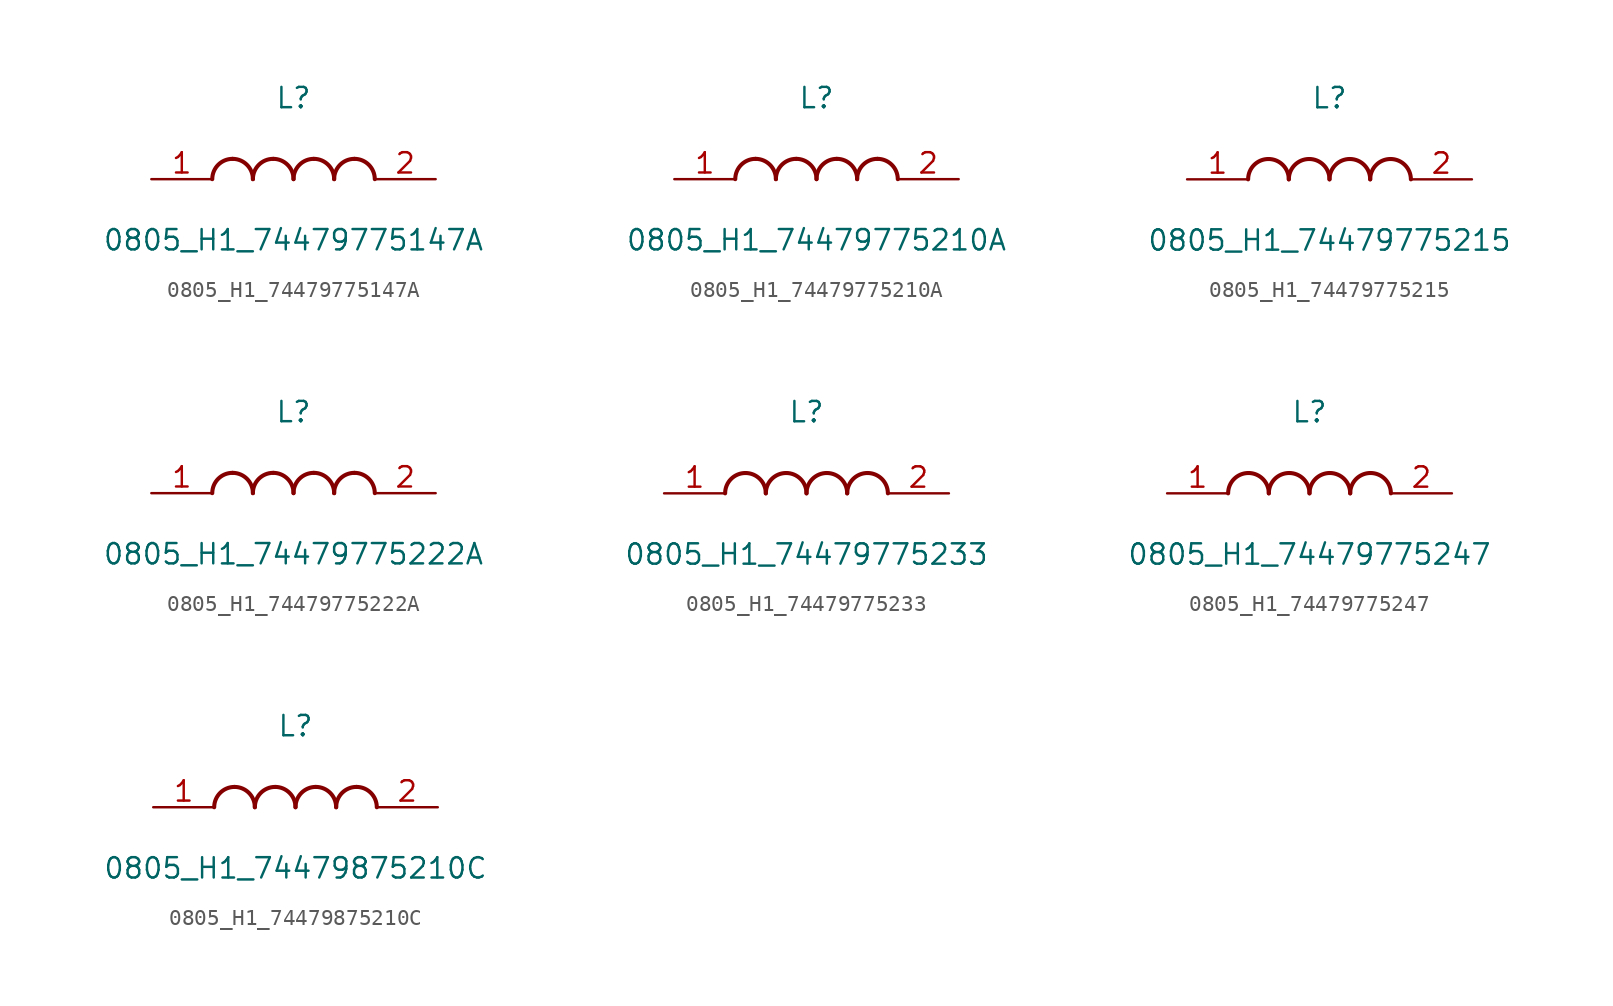
<source format=kicad_sym>
(kicad_symbol_lib
  (version 20211014)
  (generator kicad_symbol_editor)
  (symbol "Inductor_Wurth_WE-PMI:0805_H1_74479775147A"
    (pin_names hide)
    (property "Reference" "L"
      (at 0 5.08 0)
      (effects (font (size 1.27 1.27))))
    (property "Value" "0805_H1_74479775147A"
      (at 0 -3.81 0)
      (effects (font (size 1.27 1.27))))
    (symbol "0805_H1_74479775147A_0_1"
      (arc (start -3.81 1.27) (mid -4.708 0.898) (end -5.08 0) (stroke (width 0.254) (type default) (color 0 0 0 0)) (fill (type none)))
      (arc (start -2.54 0) (mid -2.912 0.898) (end -3.81 1.27) (stroke (width 0.254) (type default) (color 0 0 0 0)) (fill (type none)))
      (arc (start -1.2699 1.2701) (mid -2.1679 0.8981) (end -2.5399 0.0001) (stroke (width 0.254) (type default) (color 0 0 0 0)) (fill (type none)))
      (arc (start 0.0001 0.0001) (mid -0.3719 0.8981) (end -1.2699 1.2701) (stroke (width 0.254) (type default) (color 0 0 0 0)) (fill (type none)))
      (arc (start 1.2701 1.2701) (mid 0.3721 0.8981) (end 0.0001 0.0001) (stroke (width 0.254) (type default) (color 0 0 0 0)) (fill (type none)))
      (arc (start 2.5401 0.0001) (mid 2.1681 0.8981) (end 1.2701 1.2701) (stroke (width 0.254) (type default) (color 0 0 0 0)) (fill (type none)))
      (arc (start 3.8101 1.2701) (mid 2.9121 0.8981) (end 2.5401 0.0001) (stroke (width 0.254) (type default) (color 0 0 0 0)) (fill (type none)))
      (arc (start 5.0801 0.0001) (mid 4.7081 0.8981) (end 3.8101 1.2701) (stroke (width 0.254) (type default) (color 0 0 0 0)) (fill (type none))))
    (symbol "0805_H1_74479775147A_1_1"
      (pin passive line (at -8.89 0 0) (length 3.81) (name "1" (effects (font (size 1.27 1.27)))) (number "1" (effects (font (size 1.27 1.27)))))
      (pin passive line (at 8.89 0 180) (length 3.81) (name "2" (effects (font (size 1.27 1.27)))) (number "2" (effects (font (size 1.27 1.27)))))))
  (symbol "Inductor_Wurth_WE-PMI:0805_H1_74479775210A"
    (pin_names hide)
    (property "Reference" "L"
      (at 0 5.08 0)
      (effects (font (size 1.27 1.27))))
    (property "Value" "0805_H1_74479775210A"
      (at 0 -3.81 0)
      (effects (font (size 1.27 1.27))))
    (symbol "0805_H1_74479775210A_0_1"
      (arc (start -3.81 1.27) (mid -4.708 0.898) (end -5.08 0) (stroke (width 0.254) (type default) (color 0 0 0 0)) (fill (type none)))
      (arc (start -2.54 0) (mid -2.912 0.898) (end -3.81 1.27) (stroke (width 0.254) (type default) (color 0 0 0 0)) (fill (type none)))
      (arc (start -1.2699 1.2701) (mid -2.1679 0.8981) (end -2.5399 0.0001) (stroke (width 0.254) (type default) (color 0 0 0 0)) (fill (type none)))
      (arc (start 0.0001 0.0001) (mid -0.3719 0.8981) (end -1.2699 1.2701) (stroke (width 0.254) (type default) (color 0 0 0 0)) (fill (type none)))
      (arc (start 1.2701 1.2701) (mid 0.3721 0.8981) (end 0.0001 0.0001) (stroke (width 0.254) (type default) (color 0 0 0 0)) (fill (type none)))
      (arc (start 2.5401 0.0001) (mid 2.1681 0.8981) (end 1.2701 1.2701) (stroke (width 0.254) (type default) (color 0 0 0 0)) (fill (type none)))
      (arc (start 3.8101 1.2701) (mid 2.9121 0.8981) (end 2.5401 0.0001) (stroke (width 0.254) (type default) (color 0 0 0 0)) (fill (type none)))
      (arc (start 5.0801 0.0001) (mid 4.7081 0.8981) (end 3.8101 1.2701) (stroke (width 0.254) (type default) (color 0 0 0 0)) (fill (type none))))
    (symbol "0805_H1_74479775210A_1_1"
      (pin passive line (at -8.89 0 0) (length 3.81) (name "1" (effects (font (size 1.27 1.27)))) (number "1" (effects (font (size 1.27 1.27)))))
      (pin passive line (at 8.89 0 180) (length 3.81) (name "2" (effects (font (size 1.27 1.27)))) (number "2" (effects (font (size 1.27 1.27)))))))
  (symbol "Inductor_Wurth_WE-PMI:0805_H1_74479775215"
    (pin_names hide)
    (property "Reference" "L"
      (at 0 5.08 0)
      (effects (font (size 1.27 1.27))))
    (property "Value" "0805_H1_74479775215"
      (at 0 -3.81 0)
      (effects (font (size 1.27 1.27))))
    (symbol "0805_H1_74479775215_0_1"
      (arc (start -3.81 1.27) (mid -4.708 0.898) (end -5.08 0) (stroke (width 0.254) (type default) (color 0 0 0 0)) (fill (type none)))
      (arc (start -2.54 0) (mid -2.912 0.898) (end -3.81 1.27) (stroke (width 0.254) (type default) (color 0 0 0 0)) (fill (type none)))
      (arc (start -1.2699 1.2701) (mid -2.1679 0.8981) (end -2.5399 0.0001) (stroke (width 0.254) (type default) (color 0 0 0 0)) (fill (type none)))
      (arc (start 0.0001 0.0001) (mid -0.3719 0.8981) (end -1.2699 1.2701) (stroke (width 0.254) (type default) (color 0 0 0 0)) (fill (type none)))
      (arc (start 1.2701 1.2701) (mid 0.3721 0.8981) (end 0.0001 0.0001) (stroke (width 0.254) (type default) (color 0 0 0 0)) (fill (type none)))
      (arc (start 2.5401 0.0001) (mid 2.1681 0.8981) (end 1.2701 1.2701) (stroke (width 0.254) (type default) (color 0 0 0 0)) (fill (type none)))
      (arc (start 3.8101 1.2701) (mid 2.9121 0.8981) (end 2.5401 0.0001) (stroke (width 0.254) (type default) (color 0 0 0 0)) (fill (type none)))
      (arc (start 5.0801 0.0001) (mid 4.7081 0.8981) (end 3.8101 1.2701) (stroke (width 0.254) (type default) (color 0 0 0 0)) (fill (type none))))
    (symbol "0805_H1_74479775215_1_1"
      (pin passive line (at -8.89 0 0) (length 3.81) (name "1" (effects (font (size 1.27 1.27)))) (number "1" (effects (font (size 1.27 1.27)))))
      (pin passive line (at 8.89 0 180) (length 3.81) (name "2" (effects (font (size 1.27 1.27)))) (number "2" (effects (font (size 1.27 1.27)))))))
  (symbol "Inductor_Wurth_WE-PMI:0805_H1_74479775222A"
    (pin_names hide)
    (property "Reference" "L"
      (at 0 5.08 0)
      (effects (font (size 1.27 1.27))))
    (property "Value" "0805_H1_74479775222A"
      (at 0 -3.81 0)
      (effects (font (size 1.27 1.27))))
    (symbol "0805_H1_74479775222A_0_1"
      (arc (start -3.81 1.27) (mid -4.708 0.898) (end -5.08 0) (stroke (width 0.254) (type default) (color 0 0 0 0)) (fill (type none)))
      (arc (start -2.54 0) (mid -2.912 0.898) (end -3.81 1.27) (stroke (width 0.254) (type default) (color 0 0 0 0)) (fill (type none)))
      (arc (start -1.2699 1.2701) (mid -2.1679 0.8981) (end -2.5399 0.0001) (stroke (width 0.254) (type default) (color 0 0 0 0)) (fill (type none)))
      (arc (start 0.0001 0.0001) (mid -0.3719 0.8981) (end -1.2699 1.2701) (stroke (width 0.254) (type default) (color 0 0 0 0)) (fill (type none)))
      (arc (start 1.2701 1.2701) (mid 0.3721 0.8981) (end 0.0001 0.0001) (stroke (width 0.254) (type default) (color 0 0 0 0)) (fill (type none)))
      (arc (start 2.5401 0.0001) (mid 2.1681 0.8981) (end 1.2701 1.2701) (stroke (width 0.254) (type default) (color 0 0 0 0)) (fill (type none)))
      (arc (start 3.8101 1.2701) (mid 2.9121 0.8981) (end 2.5401 0.0001) (stroke (width 0.254) (type default) (color 0 0 0 0)) (fill (type none)))
      (arc (start 5.0801 0.0001) (mid 4.7081 0.8981) (end 3.8101 1.2701) (stroke (width 0.254) (type default) (color 0 0 0 0)) (fill (type none))))
    (symbol "0805_H1_74479775222A_1_1"
      (pin passive line (at -8.89 0 0) (length 3.81) (name "1" (effects (font (size 1.27 1.27)))) (number "1" (effects (font (size 1.27 1.27)))))
      (pin passive line (at 8.89 0 180) (length 3.81) (name "2" (effects (font (size 1.27 1.27)))) (number "2" (effects (font (size 1.27 1.27)))))))
  (symbol "Inductor_Wurth_WE-PMI:0805_H1_74479775233"
    (pin_names hide)
    (property "Reference" "L"
      (at 0 5.08 0)
      (effects (font (size 1.27 1.27))))
    (property "Value" "0805_H1_74479775233"
      (at 0 -3.81 0)
      (effects (font (size 1.27 1.27))))
    (symbol "0805_H1_74479775233_0_1"
      (arc (start -3.81 1.27) (mid -4.708 0.898) (end -5.08 0) (stroke (width 0.254) (type default) (color 0 0 0 0)) (fill (type none)))
      (arc (start -2.54 0) (mid -2.912 0.898) (end -3.81 1.27) (stroke (width 0.254) (type default) (color 0 0 0 0)) (fill (type none)))
      (arc (start -1.2699 1.2701) (mid -2.1679 0.8981) (end -2.5399 0.0001) (stroke (width 0.254) (type default) (color 0 0 0 0)) (fill (type none)))
      (arc (start 0.0001 0.0001) (mid -0.3719 0.8981) (end -1.2699 1.2701) (stroke (width 0.254) (type default) (color 0 0 0 0)) (fill (type none)))
      (arc (start 1.2701 1.2701) (mid 0.3721 0.8981) (end 0.0001 0.0001) (stroke (width 0.254) (type default) (color 0 0 0 0)) (fill (type none)))
      (arc (start 2.5401 0.0001) (mid 2.1681 0.8981) (end 1.2701 1.2701) (stroke (width 0.254) (type default) (color 0 0 0 0)) (fill (type none)))
      (arc (start 3.8101 1.2701) (mid 2.9121 0.8981) (end 2.5401 0.0001) (stroke (width 0.254) (type default) (color 0 0 0 0)) (fill (type none)))
      (arc (start 5.0801 0.0001) (mid 4.7081 0.8981) (end 3.8101 1.2701) (stroke (width 0.254) (type default) (color 0 0 0 0)) (fill (type none))))
    (symbol "0805_H1_74479775233_1_1"
      (pin passive line (at -8.89 0 0) (length 3.81) (name "1" (effects (font (size 1.27 1.27)))) (number "1" (effects (font (size 1.27 1.27)))))
      (pin passive line (at 8.89 0 180) (length 3.81) (name "2" (effects (font (size 1.27 1.27)))) (number "2" (effects (font (size 1.27 1.27)))))))
  (symbol "Inductor_Wurth_WE-PMI:0805_H1_74479775247"
    (pin_names hide)
    (property "Reference" "L"
      (at 0 5.08 0)
      (effects (font (size 1.27 1.27))))
    (property "Value" "0805_H1_74479775247"
      (at 0 -3.81 0)
      (effects (font (size 1.27 1.27))))
    (symbol "0805_H1_74479775247_0_1"
      (arc (start -3.81 1.27) (mid -4.708 0.898) (end -5.08 0) (stroke (width 0.254) (type default) (color 0 0 0 0)) (fill (type none)))
      (arc (start -2.54 0) (mid -2.912 0.898) (end -3.81 1.27) (stroke (width 0.254) (type default) (color 0 0 0 0)) (fill (type none)))
      (arc (start -1.2699 1.2701) (mid -2.1679 0.8981) (end -2.5399 0.0001) (stroke (width 0.254) (type default) (color 0 0 0 0)) (fill (type none)))
      (arc (start 0.0001 0.0001) (mid -0.3719 0.8981) (end -1.2699 1.2701) (stroke (width 0.254) (type default) (color 0 0 0 0)) (fill (type none)))
      (arc (start 1.2701 1.2701) (mid 0.3721 0.8981) (end 0.0001 0.0001) (stroke (width 0.254) (type default) (color 0 0 0 0)) (fill (type none)))
      (arc (start 2.5401 0.0001) (mid 2.1681 0.8981) (end 1.2701 1.2701) (stroke (width 0.254) (type default) (color 0 0 0 0)) (fill (type none)))
      (arc (start 3.8101 1.2701) (mid 2.9121 0.8981) (end 2.5401 0.0001) (stroke (width 0.254) (type default) (color 0 0 0 0)) (fill (type none)))
      (arc (start 5.0801 0.0001) (mid 4.7081 0.8981) (end 3.8101 1.2701) (stroke (width 0.254) (type default) (color 0 0 0 0)) (fill (type none))))
    (symbol "0805_H1_74479775247_1_1"
      (pin passive line (at -8.89 0 0) (length 3.81) (name "1" (effects (font (size 1.27 1.27)))) (number "1" (effects (font (size 1.27 1.27)))))
      (pin passive line (at 8.89 0 180) (length 3.81) (name "2" (effects (font (size 1.27 1.27)))) (number "2" (effects (font (size 1.27 1.27)))))))
  (symbol "Inductor_Wurth_WE-PMI:0805_H1_74479875210C"
    (pin_names hide)
    (property "Reference" "L"
      (at 0 5.08 0)
      (effects (font (size 1.27 1.27))))
    (property "Value" "0805_H1_74479875210C"
      (at 0 -3.81 0)
      (effects (font (size 1.27 1.27))))
    (symbol "0805_H1_74479875210C_0_1"
      (arc (start -3.81 1.27) (mid -4.708 0.898) (end -5.08 0) (stroke (width 0.254) (type default) (color 0 0 0 0)) (fill (type none)))
      (arc (start -2.54 0) (mid -2.912 0.898) (end -3.81 1.27) (stroke (width 0.254) (type default) (color 0 0 0 0)) (fill (type none)))
      (arc (start -1.2699 1.2701) (mid -2.1679 0.8981) (end -2.5399 0.0001) (stroke (width 0.254) (type default) (color 0 0 0 0)) (fill (type none)))
      (arc (start 0.0001 0.0001) (mid -0.3719 0.8981) (end -1.2699 1.2701) (stroke (width 0.254) (type default) (color 0 0 0 0)) (fill (type none)))
      (arc (start 1.2701 1.2701) (mid 0.3721 0.8981) (end 0.0001 0.0001) (stroke (width 0.254) (type default) (color 0 0 0 0)) (fill (type none)))
      (arc (start 2.5401 0.0001) (mid 2.1681 0.8981) (end 1.2701 1.2701) (stroke (width 0.254) (type default) (color 0 0 0 0)) (fill (type none)))
      (arc (start 3.8101 1.2701) (mid 2.9121 0.8981) (end 2.5401 0.0001) (stroke (width 0.254) (type default) (color 0 0 0 0)) (fill (type none)))
      (arc (start 5.0801 0.0001) (mid 4.7081 0.8981) (end 3.8101 1.2701) (stroke (width 0.254) (type default) (color 0 0 0 0)) (fill (type none))))
    (symbol "0805_H1_74479875210C_1_1"
      (pin passive line (at -8.89 0 0) (length 3.81) (name "1" (effects (font (size 1.27 1.27)))) (number "1" (effects (font (size 1.27 1.27)))))
      (pin passive line (at 8.89 0 180) (length 3.81) (name "2" (effects (font (size 1.27 1.27)))) (number "2" (effects (font (size 1.27 1.27))))))))
</source>
